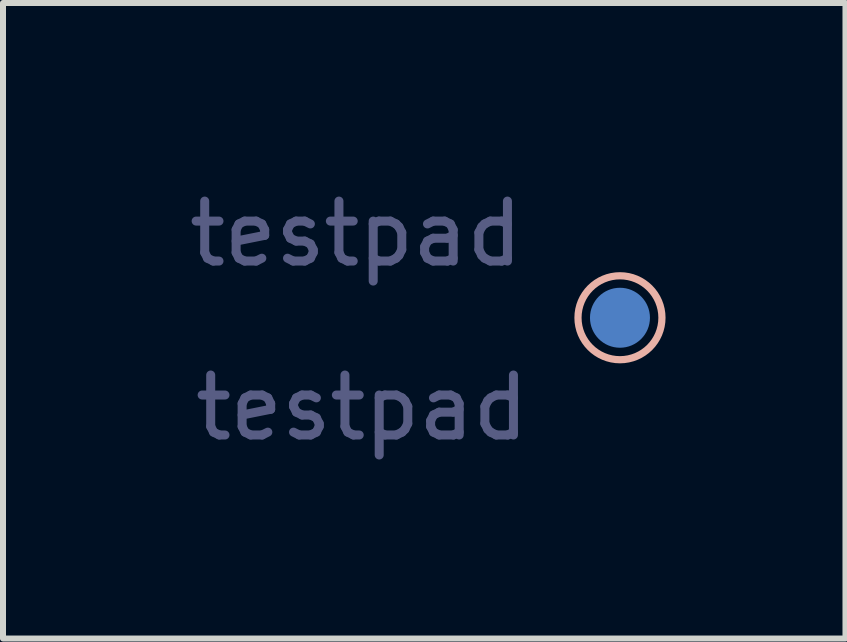
<source format=kicad_pcb>
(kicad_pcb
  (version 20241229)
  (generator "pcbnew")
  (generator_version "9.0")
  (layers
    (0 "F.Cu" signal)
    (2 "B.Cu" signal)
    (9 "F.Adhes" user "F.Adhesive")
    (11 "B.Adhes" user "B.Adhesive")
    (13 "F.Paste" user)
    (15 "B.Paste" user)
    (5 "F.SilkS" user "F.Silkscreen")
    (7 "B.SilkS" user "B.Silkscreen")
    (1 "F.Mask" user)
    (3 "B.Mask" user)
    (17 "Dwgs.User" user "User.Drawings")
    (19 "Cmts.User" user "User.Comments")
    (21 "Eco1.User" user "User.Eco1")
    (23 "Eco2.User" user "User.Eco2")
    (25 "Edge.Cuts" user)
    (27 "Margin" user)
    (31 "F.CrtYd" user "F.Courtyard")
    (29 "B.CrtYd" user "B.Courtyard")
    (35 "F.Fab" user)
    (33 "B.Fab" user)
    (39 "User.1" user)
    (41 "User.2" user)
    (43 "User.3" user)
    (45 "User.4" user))
  (footprint "testpad"
    (layer "F.Cu")
    (at 7.287 2.248)
    (property "Reference" "testpad" (at -4.4 -1.4 0) (unlocked yes) (layer "B.Fab") (effects (font (size 1 1) (thickness 0.15))))
    (attr smd)
    (fp_circle (center 0 0) (end 0.7 0) (stroke (width 0.12) (type solid)) (fill no) (layer "B.SilkS"))
    (fp_text user "${REFERENCE}" (at -4.3 1.5 0) (unlocked yes) (layer "B.Fab") (effects (font (size 1 1) (thickness 0.15))))
    (pad "1" smd circle (at 0 0) (size 1 1) (layers "B.Cu" "B.Mask")))
  (gr_rect
    (start -3 -3)
    (end 11.047 7.596)
    (stroke (width 0.1) (type default))
    (fill no)
    (layer "Edge.Cuts")))
</source>
